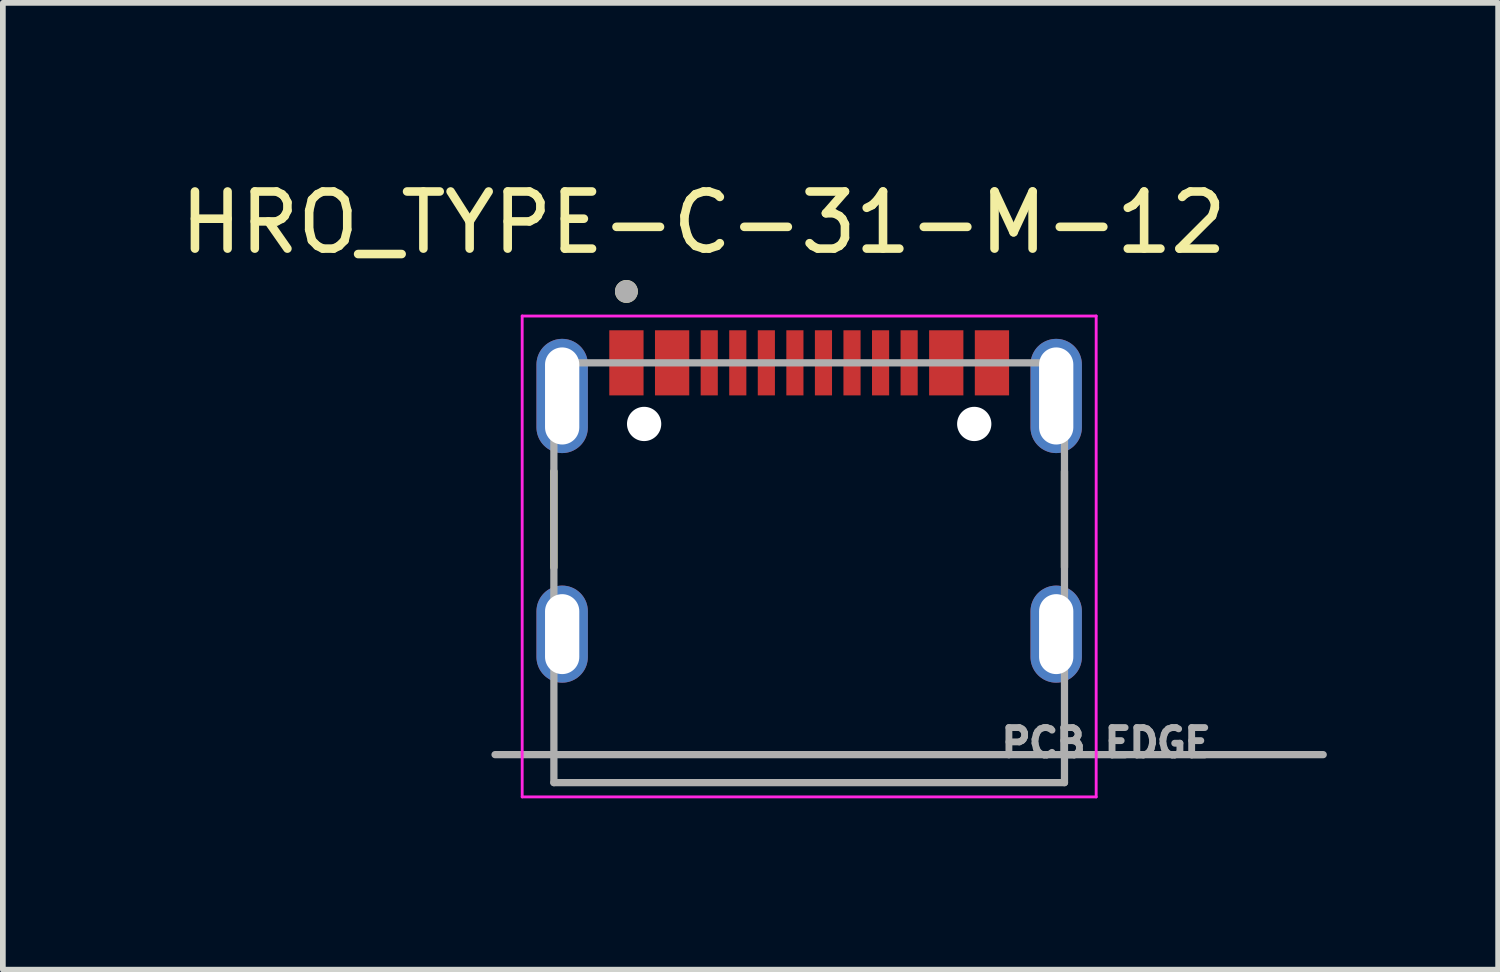
<source format=kicad_pcb>
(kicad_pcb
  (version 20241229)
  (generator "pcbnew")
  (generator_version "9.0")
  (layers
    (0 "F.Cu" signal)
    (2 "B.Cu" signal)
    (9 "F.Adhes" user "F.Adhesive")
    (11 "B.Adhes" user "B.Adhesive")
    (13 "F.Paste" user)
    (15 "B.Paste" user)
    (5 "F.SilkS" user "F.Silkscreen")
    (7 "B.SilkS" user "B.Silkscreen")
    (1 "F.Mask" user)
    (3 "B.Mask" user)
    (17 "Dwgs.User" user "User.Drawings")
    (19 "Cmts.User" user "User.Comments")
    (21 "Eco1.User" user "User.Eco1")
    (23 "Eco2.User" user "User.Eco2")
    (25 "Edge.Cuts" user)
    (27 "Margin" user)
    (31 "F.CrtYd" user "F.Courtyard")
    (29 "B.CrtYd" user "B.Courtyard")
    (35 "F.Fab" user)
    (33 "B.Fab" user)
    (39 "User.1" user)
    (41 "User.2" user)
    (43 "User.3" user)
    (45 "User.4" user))
  (footprint "HRO_TYPE-C-31-M-12"
    (layer "F.Cu")
    (at 11.118 8.053)
    (property "Reference" "HRO_TYPE-C-31-M-12" (at -1.85 -7.205 0) (layer "F.SilkS") (effects (font (size 1 1) (thickness 0.15))))
    (attr smd)
    (fp_poly (pts (xy -3.55 -5.37) (xy -2.85 -5.37) (xy -2.85 -4.13) (xy -3.55 -4.13)) (stroke (width 0.01) (type solid)) (fill yes) (layer "F.Mask"))
    (fp_poly (pts (xy -2.75 -5.37) (xy -2.05 -5.37) (xy -2.05 -4.13) (xy -2.75 -4.13)) (stroke (width 0.01) (type solid)) (fill yes) (layer "F.Mask"))
    (fp_poly (pts (xy -1.95 -5.37) (xy -1.55 -5.37) (xy -1.55 -4.13) (xy -1.95 -4.13)) (stroke (width 0.01) (type solid)) (fill yes) (layer "F.Mask"))
    (fp_poly (pts (xy -1.45 -5.37) (xy -1.05 -5.37) (xy -1.05 -4.13) (xy -1.45 -4.13)) (stroke (width 0.01) (type solid)) (fill yes) (layer "F.Mask"))
    (fp_poly (pts (xy -0.95 -5.37) (xy -0.55 -5.37) (xy -0.55 -4.13) (xy -0.95 -4.13)) (stroke (width 0.01) (type solid)) (fill yes) (layer "F.Mask"))
    (fp_poly (pts (xy -0.45 -5.37) (xy -0.05 -5.37) (xy -0.05 -4.13) (xy -0.45 -4.13)) (stroke (width 0.01) (type solid)) (fill yes) (layer "F.Mask"))
    (fp_poly (pts (xy 0.05 -5.37) (xy 0.45 -5.37) (xy 0.45 -4.13) (xy 0.05 -4.13)) (stroke (width 0.01) (type solid)) (fill yes) (layer "F.Mask"))
    (fp_poly (pts (xy 0.55 -5.37) (xy 0.95 -5.37) (xy 0.95 -4.13) (xy 0.55 -4.13)) (stroke (width 0.01) (type solid)) (fill yes) (layer "F.Mask"))
    (fp_poly (pts (xy 1.05 -5.37) (xy 1.45 -5.37) (xy 1.45 -4.13) (xy 1.05 -4.13)) (stroke (width 0.01) (type solid)) (fill yes) (layer "F.Mask"))
    (fp_poly (pts (xy 1.55 -5.37) (xy 1.95 -5.37) (xy 1.95 -4.13) (xy 1.55 -4.13)) (stroke (width 0.01) (type solid)) (fill yes) (layer "F.Mask"))
    (fp_poly (pts (xy 2.05 -5.37) (xy 2.75 -5.37) (xy 2.75 -4.13) (xy 2.05 -4.13)) (stroke (width 0.01) (type solid)) (fill yes) (layer "F.Mask"))
    (fp_poly (pts (xy 2.85 -5.37) (xy 3.55 -5.37) (xy 3.55 -4.13) (xy 2.85 -4.13)) (stroke (width 0.01) (type solid)) (fill yes) (layer "F.Mask"))
    (fp_line (start -4.47 -2.85) (end -4.47 -1.17) (stroke (width 0.127) (type solid)) (layer "F.SilkS"))
    (fp_line (start 4.47 -2.85) (end 4.47 -1.17) (stroke (width 0.127) (type solid)) (layer "F.SilkS"))
    (fp_circle (center -3.2 -6) (end -3.1 -6) (stroke (width 0.2) (type solid)) (fill no) (layer "F.SilkS"))
    (fp_line (start -5.025 -5.57) (end -5.025 2.85) (stroke (width 0.05) (type solid)) (layer "F.CrtYd"))
    (fp_line (start -5.025 2.85) (end 5.025 2.85) (stroke (width 0.05) (type solid)) (layer "F.CrtYd"))
    (fp_line (start 5.025 -5.57) (end -5.025 -5.57) (stroke (width 0.05) (type solid)) (layer "F.CrtYd"))
    (fp_line (start 5.025 2.85) (end 5.025 -5.57) (stroke (width 0.05) (type solid)) (layer "F.CrtYd"))
    (fp_line (start -5.5 2.11) (end 9 2.11) (stroke (width 0.127) (type solid)) (layer "F.Fab"))
    (fp_line (start -4.47 -4.75) (end -4.47 2.6) (stroke (width 0.127) (type solid)) (layer "F.Fab"))
    (fp_line (start -4.47 2.6) (end 4.47 2.6) (stroke (width 0.127) (type solid)) (layer "F.Fab"))
    (fp_line (start 4.47 -4.75) (end -4.47 -4.75) (stroke (width 0.127) (type solid)) (layer "F.Fab"))
    (fp_line (start 4.47 2.6) (end 4.47 -4.75) (stroke (width 0.127) (type solid)) (layer "F.Fab"))
    (fp_circle (center -3.2 -6) (end -3.1 -6) (stroke (width 0.2) (type solid)) (fill no) (layer "F.Fab"))
    (fp_text user "PCB EDGE" (at 5.2 1.9 0) (layer "F.Fab") (effects (font (size 0.48 0.48) (thickness 0.15))))
    (pad "" np_thru_hole circle (at -2.89 -3.68) (size 0.6 0.6) (drill 0.6) (layers "*.Cu" "*.Mask"))
    (pad "" np_thru_hole circle (at 2.89 -3.68) (size 0.6 0.6) (drill 0.6) (layers "*.Cu" "*.Mask"))
    (pad "A1_B12" smd rect (at -3.2 -4.75) (size 0.6 1.14) (layers "F.Cu" "F.Paste"))
    (pad "A4_B9" smd rect (at -2.4 -4.75) (size 0.6 1.14) (layers "F.Cu" "F.Paste"))
    (pad "A5" smd rect (at -1.25 -4.75) (size 0.3 1.14) (layers "F.Cu" "F.Paste"))
    (pad "A6" smd rect (at -0.25 -4.75) (size 0.3 1.14) (layers "F.Cu" "F.Paste"))
    (pad "A7" smd rect (at 0.25 -4.75) (size 0.3 1.14) (layers "F.Cu" "F.Paste"))
    (pad "A8" smd rect (at 1.25 -4.75) (size 0.3 1.14) (layers "F.Cu" "F.Paste"))
    (pad "B1_A12" smd rect (at 3.2 -4.75) (size 0.6 1.14) (layers "F.Cu" "F.Paste"))
    (pad "B4_A9" smd rect (at 2.4 -4.75) (size 0.6 1.14) (layers "F.Cu" "F.Paste"))
    (pad "B5" smd rect (at 1.75 -4.75) (size 0.3 1.14) (layers "F.Cu" "F.Paste"))
    (pad "B6" smd rect (at 0.75 -4.75) (size 0.3 1.14) (layers "F.Cu" "F.Paste"))
    (pad "B7" smd rect (at -0.75 -4.75) (size 0.3 1.14) (layers "F.Cu" "F.Paste"))
    (pad "B8" smd rect (at -1.75 -4.75) (size 0.3 1.14) (layers "F.Cu" "F.Paste"))
    (pad "S1" thru_hole oval (at -4.325 -4.17) (size 0.9 2) (drill oval 0.6 1.7) (layers "*.Cu" "*.Mask"))
    (pad "S2" thru_hole oval (at 4.325 -4.17) (size 0.9 2) (drill oval 0.6 1.7) (layers "*.Cu" "*.Mask"))
    (pad "S3" thru_hole oval (at -4.325 0) (size 0.9 1.7) (drill oval 0.6 1.4) (layers "*.Cu" "*.Mask"))
    (pad "S4" thru_hole oval (at 4.325 0) (size 0.9 1.7) (drill oval 0.6 1.4) (layers "*.Cu" "*.Mask")))
  (gr_rect
    (start -3 -3)
    (end 23.181 13.928)
    (stroke (width 0.1) (type default))
    (fill no)
    (layer "Edge.Cuts")))
</source>
